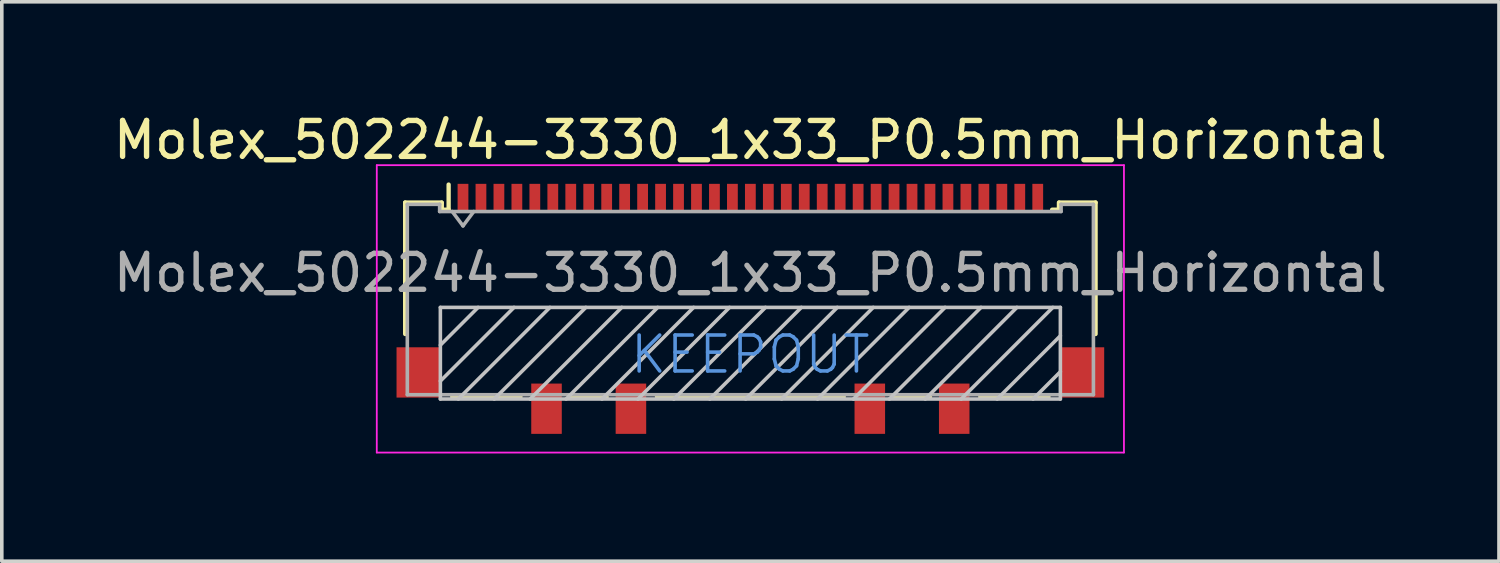
<source format=kicad_pcb>
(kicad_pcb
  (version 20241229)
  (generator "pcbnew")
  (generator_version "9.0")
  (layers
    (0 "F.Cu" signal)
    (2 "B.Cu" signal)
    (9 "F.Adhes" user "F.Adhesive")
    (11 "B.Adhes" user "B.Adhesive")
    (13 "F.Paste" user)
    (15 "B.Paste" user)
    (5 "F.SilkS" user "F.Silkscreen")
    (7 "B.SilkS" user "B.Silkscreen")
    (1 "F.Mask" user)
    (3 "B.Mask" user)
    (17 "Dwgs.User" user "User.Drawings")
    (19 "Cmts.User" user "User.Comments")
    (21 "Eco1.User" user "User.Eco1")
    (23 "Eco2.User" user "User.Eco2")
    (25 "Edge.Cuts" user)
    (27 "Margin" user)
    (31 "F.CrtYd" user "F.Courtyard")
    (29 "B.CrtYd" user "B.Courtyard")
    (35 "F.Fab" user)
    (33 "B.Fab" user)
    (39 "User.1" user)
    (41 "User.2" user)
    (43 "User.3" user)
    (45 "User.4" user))
  (footprint "Molex_502244-3330_1x33_P0.5mm_Horizontal"
    (layer "F.Cu")
    (at 17.839 5.548)
    (property "Reference" "Molex_502244-3330_1x33_P0.5mm_Horizontal" (at 0 -4.7 0) (layer "F.SilkS") (effects (font (size 1 1) (thickness 0.15))))
    (attr smd)
    (fp_line (start -9.61 -2.96) (end -8.6 -2.96) (stroke (width 0.12) (type solid)) (layer "F.SilkS"))
    (fp_line (start -9.61 0.7) (end -9.61 -2.96) (stroke (width 0.12) (type solid)) (layer "F.SilkS"))
    (fp_line (start -8.59 -2.76) (end -8.59 -2.96) (stroke (width 0.12) (type solid)) (layer "F.SilkS"))
    (fp_line (start -8.59 -2.76) (end -8.4 -2.76) (stroke (width 0.12) (type solid)) (layer "F.SilkS"))
    (fp_line (start -8.4 -2.76) (end -8.4 -3.46) (stroke (width 0.12) (type solid)) (layer "F.SilkS"))
    (fp_line (start -8.3 2.45) (end -6.4 2.45) (stroke (width 0.12) (type solid)) (layer "F.SilkS"))
    (fp_line (start -4 2.45) (end -5 2.45) (stroke (width 0.12) (type solid)) (layer "F.SilkS"))
    (fp_line (start -2.6 2.45) (end 2.6 2.45) (stroke (width 0.12) (type solid)) (layer "F.SilkS"))
    (fp_line (start 4 2.45) (end 5 2.45) (stroke (width 0.12) (type solid)) (layer "F.SilkS"))
    (fp_line (start 6.4 2.45) (end 8.3 2.45) (stroke (width 0.12) (type solid)) (layer "F.SilkS"))
    (fp_line (start 8.59 -2.96) (end 8.59 -2.76) (stroke (width 0.12) (type solid)) (layer "F.SilkS"))
    (fp_line (start 8.59 -2.76) (end 8.4 -2.76) (stroke (width 0.12) (type solid)) (layer "F.SilkS"))
    (fp_line (start 8.6 -2.96) (end 9.61 -2.96) (stroke (width 0.12) (type solid)) (layer "F.SilkS"))
    (fp_line (start 9.61 -2.96) (end 9.61 0.7) (stroke (width 0.12) (type solid)) (layer "F.SilkS"))
    (fp_line (start -8.63 -0.04) (end -8.63 2.51) (stroke (width 0.1) (type solid)) (layer "Dwgs.User"))
    (fp_line (start -8.63 1.01) (end -7.58 -0.04) (stroke (width 0.1) (type solid)) (layer "Dwgs.User"))
    (fp_line (start -8.63 2.01) (end -6.58 -0.04) (stroke (width 0.1) (type solid)) (layer "Dwgs.User"))
    (fp_line (start -8.63 2.51) (end 8.63 2.51) (stroke (width 0.1) (type solid)) (layer "Dwgs.User"))
    (fp_line (start -8.13 2.51) (end -5.58 -0.04) (stroke (width 0.1) (type solid)) (layer "Dwgs.User"))
    (fp_line (start -7.13 2.51) (end -4.58 -0.04) (stroke (width 0.1) (type solid)) (layer "Dwgs.User"))
    (fp_line (start -6.13 2.51) (end -3.58 -0.04) (stroke (width 0.1) (type solid)) (layer "Dwgs.User"))
    (fp_line (start -5.13 2.51) (end -2.58 -0.04) (stroke (width 0.1) (type solid)) (layer "Dwgs.User"))
    (fp_line (start -4.13 2.51) (end -1.58 -0.04) (stroke (width 0.1) (type solid)) (layer "Dwgs.User"))
    (fp_line (start -3.13 2.51) (end -0.58 -0.04) (stroke (width 0.1) (type solid)) (layer "Dwgs.User"))
    (fp_line (start -2.13 2.51) (end 0.42 -0.04) (stroke (width 0.1) (type solid)) (layer "Dwgs.User"))
    (fp_line (start -1.13 2.51) (end 1.42 -0.04) (stroke (width 0.1) (type solid)) (layer "Dwgs.User"))
    (fp_line (start -0.13 2.51) (end 2.42 -0.04) (stroke (width 0.1) (type solid)) (layer "Dwgs.User"))
    (fp_line (start 0.87 2.51) (end 3.42 -0.04) (stroke (width 0.1) (type solid)) (layer "Dwgs.User"))
    (fp_line (start 1.87 2.51) (end 4.42 -0.04) (stroke (width 0.1) (type solid)) (layer "Dwgs.User"))
    (fp_line (start 2.87 2.51) (end 5.42 -0.04) (stroke (width 0.1) (type solid)) (layer "Dwgs.User"))
    (fp_line (start 3.87 2.51) (end 6.42 -0.04) (stroke (width 0.1) (type solid)) (layer "Dwgs.User"))
    (fp_line (start 4.87 2.51) (end 7.42 -0.04) (stroke (width 0.1) (type solid)) (layer "Dwgs.User"))
    (fp_line (start 5.87 2.51) (end 8.42 -0.04) (stroke (width 0.1) (type solid)) (layer "Dwgs.User"))
    (fp_line (start 6.87 2.51) (end 8.63 0.75) (stroke (width 0.1) (type solid)) (layer "Dwgs.User"))
    (fp_line (start 7.87 2.51) (end 8.63 1.75) (stroke (width 0.1) (type solid)) (layer "Dwgs.User"))
    (fp_line (start 8.63 -0.04) (end -8.63 -0.04) (stroke (width 0.1) (type solid)) (layer "Dwgs.User"))
    (fp_line (start 8.63 -0.04) (end 8.63 2.51) (stroke (width 0.1) (type solid)) (layer "Dwgs.User"))
    (fp_line (start -10.4 -4) (end 10.4 -4) (stroke (width 0.05) (type solid)) (layer "F.CrtYd"))
    (fp_line (start -10.4 4) (end -10.4 -4) (stroke (width 0.05) (type solid)) (layer "F.CrtYd"))
    (fp_line (start 10.4 -4) (end 10.4 4) (stroke (width 0.05) (type solid)) (layer "F.CrtYd"))
    (fp_line (start 10.4 4) (end -10.4 4) (stroke (width 0.05) (type solid)) (layer "F.CrtYd"))
    (fp_line (start -9.55 -2.91) (end -9.55 2.39) (stroke (width 0.1) (type solid)) (layer "F.Fab"))
    (fp_line (start -9.55 2.39) (end 9.55 2.39) (stroke (width 0.1) (type solid)) (layer "F.Fab"))
    (fp_line (start -8.65 -2.91) (end -9.55 -2.91) (stroke (width 0.1) (type solid)) (layer "F.Fab"))
    (fp_line (start -8.65 -2.71) (end -8.65 -2.91) (stroke (width 0.1) (type solid)) (layer "F.Fab"))
    (fp_line (start -8.3 -2.71) (end -8 -2.31) (stroke (width 0.1) (type solid)) (layer "F.Fab"))
    (fp_line (start -8 -2.31) (end -7.7 -2.71) (stroke (width 0.1) (type solid)) (layer "F.Fab"))
    (fp_line (start 8.65 -2.91) (end 8.65 -2.71) (stroke (width 0.1) (type solid)) (layer "F.Fab"))
    (fp_line (start 8.65 -2.71) (end -8.65 -2.71) (stroke (width 0.1) (type solid)) (layer "F.Fab"))
    (fp_line (start 9.55 -2.91) (end 8.65 -2.91) (stroke (width 0.1) (type solid)) (layer "F.Fab"))
    (fp_line (start 9.55 -2.91) (end 9.55 2.39) (stroke (width 0.1) (type solid)) (layer "F.Fab"))
    (fp_text user "KEEPOUT" (at 0 1.271 0) (layer "Cmts.User") (effects (font (size 1 1) (thickness 0.1))))
    (fp_text user "${REFERENCE}" (at 0 -1 0) (layer "F.Fab") (effects (font (size 1 1) (thickness 0.15))))
    (pad "" smd rect (at -9.24 1.77) (size 1.22 1.4) (layers "F.Cu" "F.Mask" "F.Paste"))
    (pad "" smd rect (at -5.675 2.78) (size 0.85 1.4) (layers "F.Cu" "F.Mask" "F.Paste"))
    (pad "" smd rect (at -3.325 2.78) (size 0.85 1.4) (layers "F.Cu" "F.Mask" "F.Paste"))
    (pad "" smd rect (at 3.325 2.78) (size 0.85 1.4) (layers "F.Cu" "F.Mask" "F.Paste"))
    (pad "" smd rect (at 5.675 2.78) (size 0.85 1.4) (layers "F.Cu" "F.Mask" "F.Paste"))
    (pad "" smd rect (at 9.24 1.77) (size 1.22 1.4) (layers "F.Cu" "F.Mask" "F.Paste"))
    (pad "1" smd rect (at -8 -3.08) (size 0.3 0.8) (layers "F.Cu" "F.Mask" "F.Paste"))
    (pad "2" smd rect (at -7.5 -3.08) (size 0.3 0.8) (layers "F.Cu" "F.Mask" "F.Paste"))
    (pad "3" smd rect (at -7 -3.08) (size 0.3 0.8) (layers "F.Cu" "F.Mask" "F.Paste"))
    (pad "4" smd rect (at -6.5 -3.08) (size 0.3 0.8) (layers "F.Cu" "F.Mask" "F.Paste"))
    (pad "5" smd rect (at -6 -3.08) (size 0.3 0.8) (layers "F.Cu" "F.Mask" "F.Paste"))
    (pad "6" smd rect (at -5.5 -3.08) (size 0.3 0.8) (layers "F.Cu" "F.Mask" "F.Paste"))
    (pad "7" smd rect (at -5 -3.08) (size 0.3 0.8) (layers "F.Cu" "F.Mask" "F.Paste"))
    (pad "8" smd rect (at -4.5 -3.08) (size 0.3 0.8) (layers "F.Cu" "F.Mask" "F.Paste"))
    (pad "9" smd rect (at -4 -3.08) (size 0.3 0.8) (layers "F.Cu" "F.Mask" "F.Paste"))
    (pad "10" smd rect (at -3.5 -3.08) (size 0.3 0.8) (layers "F.Cu" "F.Mask" "F.Paste"))
    (pad "11" smd rect (at -3 -3.08) (size 0.3 0.8) (layers "F.Cu" "F.Mask" "F.Paste"))
    (pad "12" smd rect (at -2.5 -3.08) (size 0.3 0.8) (layers "F.Cu" "F.Mask" "F.Paste"))
    (pad "13" smd rect (at -2 -3.08) (size 0.3 0.8) (layers "F.Cu" "F.Mask" "F.Paste"))
    (pad "14" smd rect (at -1.5 -3.08) (size 0.3 0.8) (layers "F.Cu" "F.Mask" "F.Paste"))
    (pad "15" smd rect (at -1 -3.08) (size 0.3 0.8) (layers "F.Cu" "F.Mask" "F.Paste"))
    (pad "16" smd rect (at -0.5 -3.08) (size 0.3 0.8) (layers "F.Cu" "F.Mask" "F.Paste"))
    (pad "17" smd rect (at 0 -3.08) (size 0.3 0.8) (layers "F.Cu" "F.Mask" "F.Paste"))
    (pad "18" smd rect (at 0.5 -3.08) (size 0.3 0.8) (layers "F.Cu" "F.Mask" "F.Paste"))
    (pad "19" smd rect (at 1 -3.08) (size 0.3 0.8) (layers "F.Cu" "F.Mask" "F.Paste"))
    (pad "20" smd rect (at 1.5 -3.08) (size 0.3 0.8) (layers "F.Cu" "F.Mask" "F.Paste"))
    (pad "21" smd rect (at 2 -3.08) (size 0.3 0.8) (layers "F.Cu" "F.Mask" "F.Paste"))
    (pad "22" smd rect (at 2.5 -3.08) (size 0.3 0.8) (layers "F.Cu" "F.Mask" "F.Paste"))
    (pad "23" smd rect (at 3 -3.08) (size 0.3 0.8) (layers "F.Cu" "F.Mask" "F.Paste"))
    (pad "24" smd rect (at 3.5 -3.08) (size 0.3 0.8) (layers "F.Cu" "F.Mask" "F.Paste"))
    (pad "25" smd rect (at 4 -3.08) (size 0.3 0.8) (layers "F.Cu" "F.Mask" "F.Paste"))
    (pad "26" smd rect (at 4.5 -3.08) (size 0.3 0.8) (layers "F.Cu" "F.Mask" "F.Paste"))
    (pad "27" smd rect (at 5 -3.08) (size 0.3 0.8) (layers "F.Cu" "F.Mask" "F.Paste"))
    (pad "28" smd rect (at 5.5 -3.08) (size 0.3 0.8) (layers "F.Cu" "F.Mask" "F.Paste"))
    (pad "29" smd rect (at 6 -3.08) (size 0.3 0.8) (layers "F.Cu" "F.Mask" "F.Paste"))
    (pad "30" smd rect (at 6.5 -3.08) (size 0.3 0.8) (layers "F.Cu" "F.Mask" "F.Paste"))
    (pad "31" smd rect (at 7 -3.08) (size 0.3 0.8) (layers "F.Cu" "F.Mask" "F.Paste"))
    (pad "32" smd rect (at 7.5 -3.08) (size 0.3 0.8) (layers "F.Cu" "F.Mask" "F.Paste"))
    (pad "33" smd rect (at 8 -3.08) (size 0.3 0.8) (layers "F.Cu" "F.Mask" "F.Paste")))
  (gr_rect
    (start -3 -3)
    (end 38.679 12.573)
    (stroke (width 0.1) (type default))
    (fill no)
    (layer "Edge.Cuts")))
</source>
